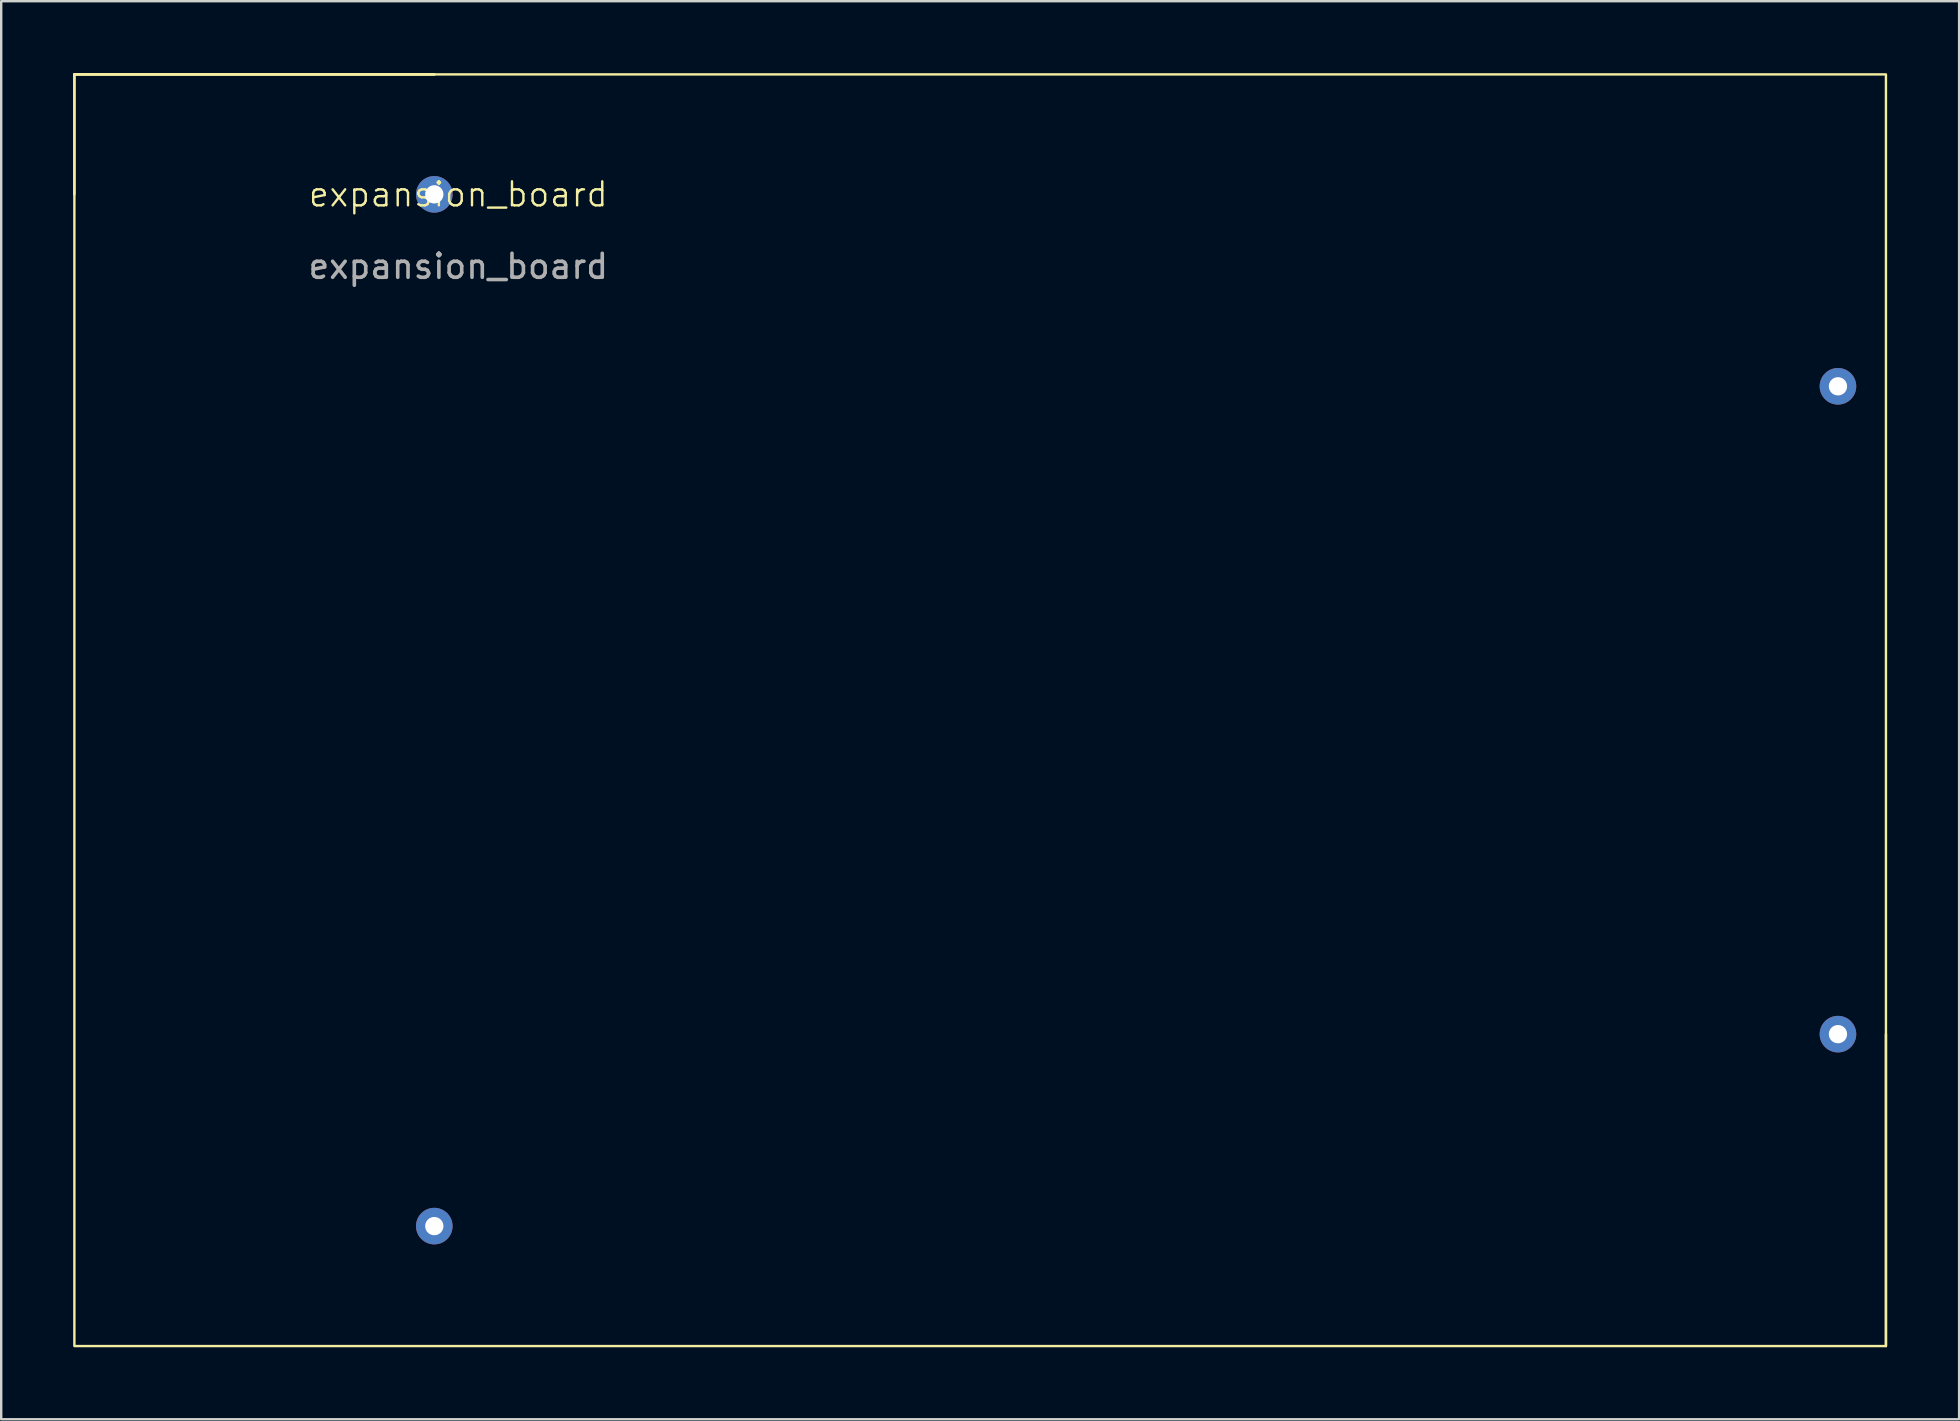
<source format=kicad_pcb>
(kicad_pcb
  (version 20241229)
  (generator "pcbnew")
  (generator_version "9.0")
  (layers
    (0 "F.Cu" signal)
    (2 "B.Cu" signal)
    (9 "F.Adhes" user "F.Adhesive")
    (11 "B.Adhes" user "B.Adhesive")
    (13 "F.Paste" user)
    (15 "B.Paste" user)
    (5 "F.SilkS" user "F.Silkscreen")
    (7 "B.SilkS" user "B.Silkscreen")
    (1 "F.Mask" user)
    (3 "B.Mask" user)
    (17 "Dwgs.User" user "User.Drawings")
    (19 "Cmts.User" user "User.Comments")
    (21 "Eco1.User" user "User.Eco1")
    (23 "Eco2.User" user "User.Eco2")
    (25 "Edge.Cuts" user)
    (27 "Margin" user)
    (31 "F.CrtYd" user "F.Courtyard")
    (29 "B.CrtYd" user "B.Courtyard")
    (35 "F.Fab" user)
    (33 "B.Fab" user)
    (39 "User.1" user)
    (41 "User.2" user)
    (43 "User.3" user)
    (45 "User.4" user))
  (footprint "expansion_board"
    (layer "F.Cu")
    (at 16.05 5.55)
    (property "Reference" "expansion_board" (at 0 -0.5 0) (unlocked yes) (layer "F.SilkS") (effects (font (size 1 1) (thickness 0.1))))
    (attr through_hole)
    (fp_line (start -16 -5.5) (end -16 -0.5) (stroke (width 0.1) (type default)) (layer "F.SilkS"))
    (fp_line (start -16 -5.5) (end -1 -5.5) (stroke (width 0.1) (type default)) (layer "F.SilkS"))
    (fp_line (start -16 -5.5) (end -1 -5.5) (stroke (width 0.1) (type default)) (layer "F.SilkS"))
    (fp_line (start 59.5 47.5) (end 59.5 34.5) (stroke (width 0.1) (type default)) (layer "F.SilkS"))
    (fp_rect (start -16 -5.5) (end 59.5 47.5) (stroke (width 0.1) (type default)) (fill no) (layer "F.SilkS"))
    (fp_text user "${REFERENCE}" (at 0 2.5 0) (unlocked yes) (layer "F.Fab") (effects (font (size 1 1) (thickness 0.15))))
    (pad "1" thru_hole circle (at -1 -0.5) (size 1.524 1.524) (drill 0.762) (layers "*.Cu" "*.Mask"))
    (pad "2" thru_hole circle (at -1 42.5) (size 1.524 1.524) (drill 0.762) (layers "*.Cu" "*.Mask"))
    (pad "3" thru_hole circle (at 57.5 34.5) (size 1.524 1.524) (drill 0.762) (layers "*.Cu" "*.Mask"))
    (pad "4" thru_hole circle (at 57.5 7.5) (size 1.524 1.524) (drill 0.762) (layers "*.Cu" "*.Mask")))
  (gr_rect
    (start -3 -3)
    (end 78.6 56.1)
    (stroke (width 0.1) (type default))
    (fill no)
    (layer "Edge.Cuts")))
</source>
